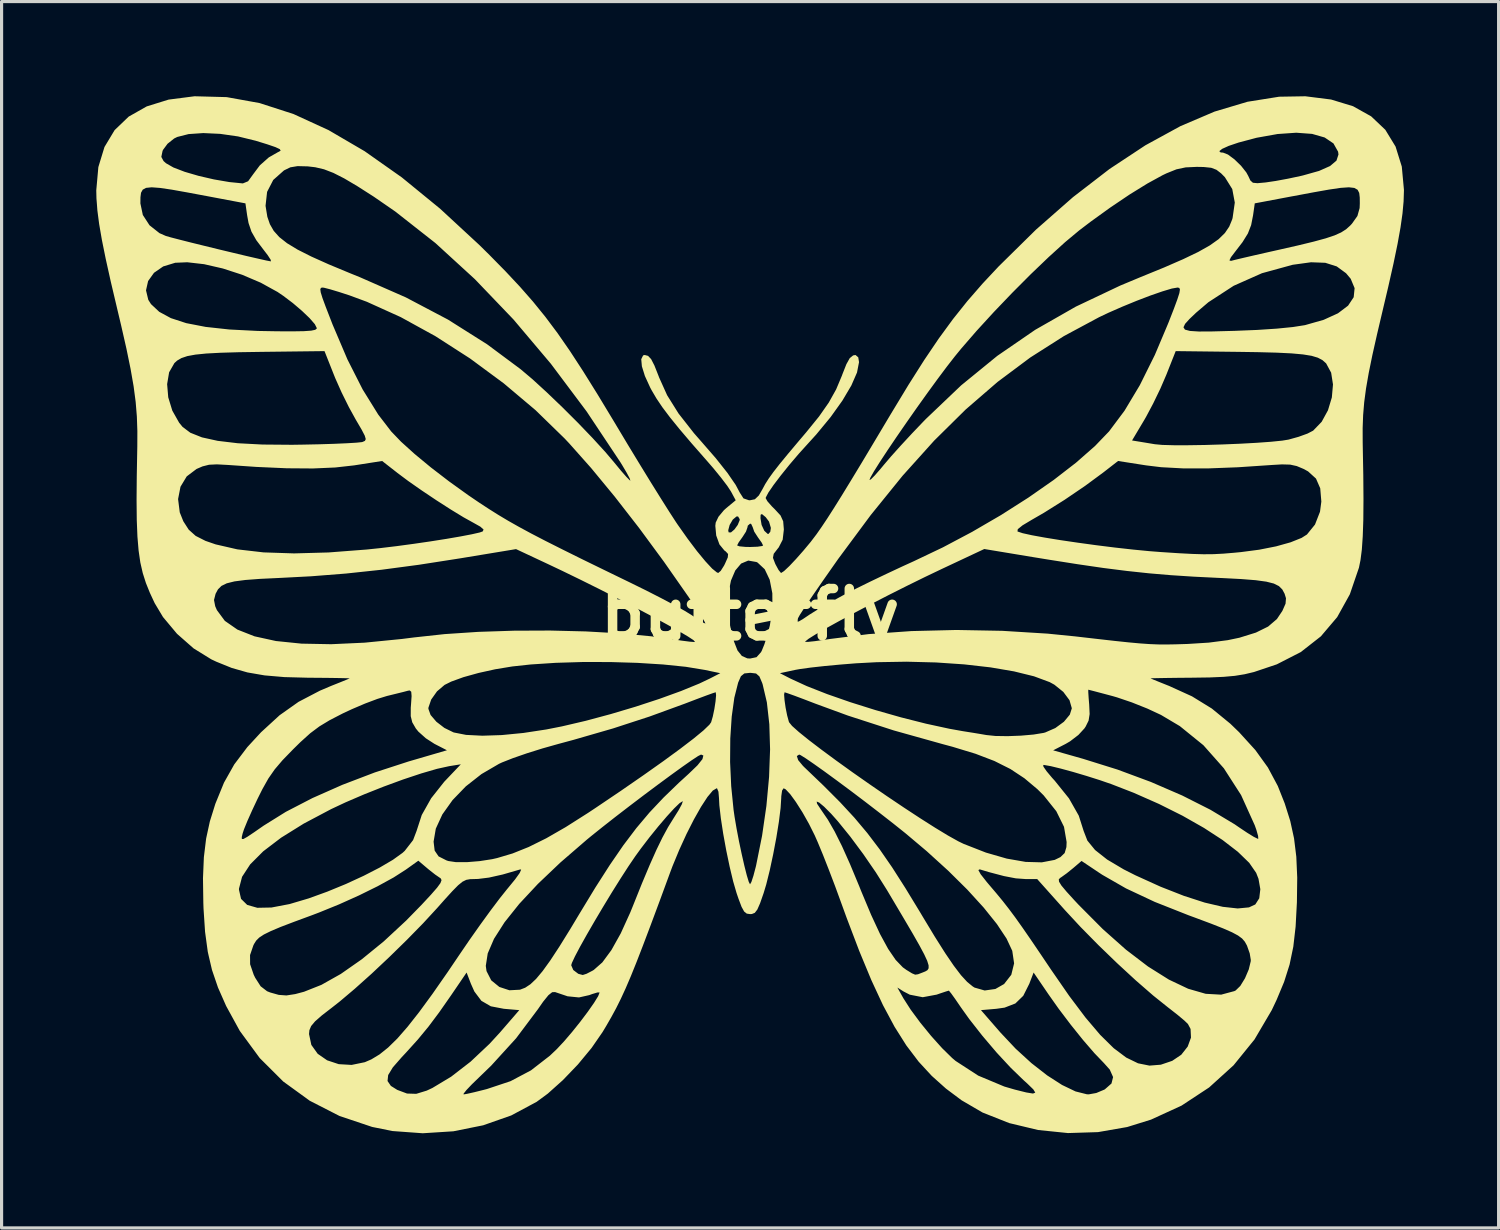
<source format=kicad_pcb>
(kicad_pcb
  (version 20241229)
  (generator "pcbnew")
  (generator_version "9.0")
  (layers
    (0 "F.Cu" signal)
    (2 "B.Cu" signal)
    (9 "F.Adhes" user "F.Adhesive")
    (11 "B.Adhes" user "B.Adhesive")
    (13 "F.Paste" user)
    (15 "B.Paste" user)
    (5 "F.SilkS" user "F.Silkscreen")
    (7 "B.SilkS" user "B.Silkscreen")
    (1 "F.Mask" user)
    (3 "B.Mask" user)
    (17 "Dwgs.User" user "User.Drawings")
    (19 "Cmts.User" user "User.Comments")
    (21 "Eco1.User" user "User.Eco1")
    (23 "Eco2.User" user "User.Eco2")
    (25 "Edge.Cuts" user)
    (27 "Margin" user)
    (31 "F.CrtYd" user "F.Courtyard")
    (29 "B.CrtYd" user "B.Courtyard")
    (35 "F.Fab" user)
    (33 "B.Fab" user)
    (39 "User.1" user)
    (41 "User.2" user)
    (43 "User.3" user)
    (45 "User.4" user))
  (footprint "butterfly"
    (layer "F.Cu")
    (at 20.715 16.417)
    (property "Reference" "butterfly" (at 0 0 0) (layer "F.SilkS") (effects (font (size 1.5 1.5) (thickness 0.3))))
    (attr board_only exclude_from_pos_files exclude_from_bom)
    (fp_poly (pts (xy 18.407 -16.314) (xy 19.102 -16.102) (xy 19.676 -15.781) (xy 20.125 -15.355) (xy 20.45 -14.823) (xy 20.647 -14.189) (xy 20.715 -13.453) (xy 20.715 -13.436) (xy 20.704 -13.088) (xy 20.669 -12.703) (xy 20.606 -12.259) (xy 20.512 -11.736) (xy 20.383 -11.113) (xy 20.215 -10.368) (xy 20.057 -9.7) (xy 19.867 -8.893) (xy 19.715 -8.218) (xy 19.599 -7.649) (xy 19.514 -7.16) (xy 19.456 -6.724) (xy 19.422 -6.316) (xy 19.407 -5.907) (xy 19.408 -5.473) (xy 19.41 -5.343) (xy 19.427 -4.419) (xy 19.433 -3.643) (xy 19.428 -3.001) (xy 19.41 -2.477) (xy 19.381 -2.054) (xy 19.338 -1.719) (xy 19.289 -1.48) (xy 19.001 -0.638) (xy 18.6 0.085) (xy 18.083 0.694) (xy 17.447 1.192) (xy 16.687 1.581) (xy 15.964 1.824) (xy 15.666 1.895) (xy 15.358 1.945) (xy 15.002 1.977) (xy 14.559 1.996) (xy 14.002 2.004) (xy 13.557 2.008) (xy 13.176 2.013) (xy 12.888 2.018) (xy 12.72 2.022) (xy 12.687 2.025) (xy 12.764 2.059) (xy 12.955 2.137) (xy 13.222 2.244) (xy 13.271 2.263) (xy 14.001 2.595) (xy 14.628 2.981) (xy 15.215 3.462) (xy 15.495 3.733) (xy 16.008 4.297) (xy 16.404 4.847) (xy 16.718 5.434) (xy 16.938 5.988) (xy 17.113 6.543) (xy 17.233 7.092) (xy 17.305 7.676) (xy 17.334 8.337) (xy 17.324 9.116) (xy 17.323 9.138) (xy 17.283 9.89) (xy 17.21 10.526) (xy 17.092 11.093) (xy 16.919 11.64) (xy 16.68 12.213) (xy 16.527 12.536) (xy 15.981 13.465) (xy 15.317 14.284) (xy 14.543 14.986) (xy 13.668 15.562) (xy 12.702 16.005) (xy 11.946 16.24) (xy 11.022 16.401) (xy 10.07 16.431) (xy 9.123 16.334) (xy 8.21 16.115) (xy 7.364 15.78) (xy 6.699 15.392) (xy 6.205 15.022) (xy 5.755 14.619) (xy 5.34 14.169) (xy 4.95 13.655) (xy 4.577 13.064) (xy 4.21 12.379) (xy 3.95 11.82) (xy 4.665 11.82) (xy 4.856 12.16) (xy 5.086 12.519) (xy 5.392 12.933) (xy 5.737 13.356) (xy 6.086 13.744) (xy 6.402 14.054) (xy 6.511 14.146) (xy 7.227 14.611) (xy 8.054 14.957) (xy 8.384 15.053) (xy 8.748 15.144) (xy 8.963 15.179) (xy 9.035 15.15) (xy 8.974 15.049) (xy 8.786 14.866) (xy 8.661 14.753) (xy 8.258 14.363) (xy 7.81 13.88) (xy 7.359 13.349) (xy 6.944 12.82) (xy 6.741 12.536) (xy 7.314 12.536) (xy 7.936 13.251) (xy 8.414 13.759) (xy 8.913 14.215) (xy 9.41 14.603) (xy 9.883 14.907) (xy 10.31 15.112) (xy 10.668 15.202) (xy 10.727 15.205) (xy 10.967 15.162) (xy 11.22 15.056) (xy 11.241 15.044) (xy 11.449 14.861) (xy 11.5 14.657) (xy 11.395 14.421) (xy 11.212 14.216) (xy 10.908 13.899) (xy 10.547 13.481) (xy 10.159 12.998) (xy 9.773 12.488) (xy 9.455 12.038) (xy 8.982 11.345) (xy 8.845 11.702) (xy 8.654 12.082) (xy 8.404 12.325) (xy 8.063 12.457) (xy 7.802 12.494) (xy 7.314 12.536) (xy 6.741 12.536) (xy 6.668 12.433) (xy 6.5 12.187) (xy 6.369 12.005) (xy 6.3 11.921) (xy 6.296 11.919) (xy 6.209 11.944) (xy 6.02 12.007) (xy 5.911 12.045) (xy 5.47 12.127) (xy 5.06 12.047) (xy 4.86 11.944) (xy 4.665 11.82) (xy 3.95 11.82) (xy 3.841 11.585) (xy 3.46 10.667) (xy 3.058 9.611) (xy 2.881 9.124) (xy 2.692 8.607) (xy 2.494 8.088) (xy 2.306 7.61) (xy 2.142 7.214) (xy 2.048 7.001) (xy 1.863 6.631) (xy 1.659 6.27) (xy 1.455 5.949) (xy 1.44 5.927) (xy 2.109 5.927) (xy 2.122 5.998) (xy 2.24 6.176) (xy 2.247 6.186) (xy 2.462 6.5) (xy 2.679 6.877) (xy 2.911 7.341) (xy 3.167 7.913) (xy 3.459 8.615) (xy 3.518 8.763) (xy 3.834 9.517) (xy 4.116 10.124) (xy 4.373 10.596) (xy 4.611 10.944) (xy 4.838 11.18) (xy 4.952 11.262) (xy 5.13 11.371) (xy 5.23 11.413) (xy 5.32 11.4) (xy 5.461 11.346) (xy 5.553 11.309) (xy 5.62 11.269) (xy 5.656 11.209) (xy 5.655 11.116) (xy 5.611 10.974) (xy 5.517 10.771) (xy 5.367 10.49) (xy 5.155 10.117) (xy 4.874 9.639) (xy 4.519 9.04) (xy 4.336 8.732) (xy 3.985 8.174) (xy 3.585 7.592) (xy 3.17 7.034) (xy 2.775 6.547) (xy 2.567 6.314) (xy 2.345 6.091) (xy 2.188 5.96) (xy 2.109 5.927) (xy 1.44 5.927) (xy 1.272 5.696) (xy 1.128 5.542) (xy 1.062 5.507) (xy 1.013 5.58) (xy 0.988 5.76) (xy 0.986 5.816) (xy 0.966 6.135) (xy 0.912 6.568) (xy 0.831 7.071) (xy 0.731 7.599) (xy 0.622 8.108) (xy 0.511 8.554) (xy 0.43 8.824) (xy 0.316 9.151) (xy 0.228 9.351) (xy 0.148 9.454) (xy 0.056 9.491) (xy 0 9.494) (xy -0.105 9.479) (xy -0.189 9.412) (xy -0.271 9.263) (xy -0.369 9.003) (xy -0.43 8.824) (xy -0.537 8.457) (xy -0.648 7.992) (xy -0.756 7.475) (xy -0.852 6.948) (xy -0.927 6.458) (xy -0.974 6.047) (xy -0.986 5.816) (xy -1.003 5.617) (xy -1.046 5.512) (xy -1.059 5.507) (xy -1.182 5.58) (xy -1.352 5.784) (xy -1.556 6.097) (xy -1.781 6.495) (xy -2.015 6.956) (xy -2.245 7.459) (xy -2.46 7.979) (xy -2.535 8.179) (xy -2.865 9.077) (xy -3.148 9.837) (xy -3.39 10.477) (xy -3.598 11.014) (xy -3.78 11.465) (xy -3.944 11.848) (xy -4.096 12.178) (xy -4.244 12.475) (xy -4.396 12.755) (xy -4.557 13.035) (xy -4.676 13.233) (xy -5.023 13.735) (xy -5.455 14.257) (xy -5.931 14.753) (xy -6.409 15.181) (xy -6.765 15.443) (xy -7.568 15.873) (xy -8.457 16.185) (xy -9.402 16.375) (xy -10.371 16.437) (xy -11.33 16.367) (xy -11.974 16.237) (xy -13.01 15.889) (xy -13.952 15.407) (xy -14.227 15.207) (xy -9.078 15.207) (xy -8.962 15.187) (xy -8.731 15.135) (xy -8.43 15.06) (xy -8.338 15.036) (xy -7.59 14.787) (xy -6.942 14.444) (xy -6.344 13.98) (xy -6.122 13.769) (xy -5.894 13.525) (xy -5.64 13.228) (xy -5.382 12.906) (xy -5.144 12.59) (xy -4.947 12.309) (xy -4.814 12.094) (xy -4.768 11.976) (xy -4.835 11.976) (xy -5.005 12.027) (xy -5.093 12.06) (xy -5.421 12.134) (xy -5.782 12.098) (xy -6.179 11.964) (xy -6.271 11.968) (xy -6.39 12.063) (xy -6.557 12.269) (xy -6.724 12.509) (xy -7.414 13.429) (xy -8.203 14.295) (xy -8.572 14.652) (xy -8.813 14.885) (xy -8.988 15.069) (xy -9.077 15.182) (xy -9.078 15.207) (xy -14.227 15.207) (xy -14.795 14.795) (xy -14.807 14.782) (xy -11.487 14.782) (xy -11.381 14.937) (xy -11.179 15.063) (xy -10.869 15.179) (xy -10.577 15.188) (xy -10.247 15.087) (xy -10.065 15.002) (xy -9.472 14.645) (xy -8.856 14.169) (xy -8.256 13.604) (xy -7.926 13.245) (xy -7.313 12.536) (xy -7.801 12.494) (xy -8.214 12.415) (xy -8.514 12.241) (xy -8.736 11.946) (xy -8.845 11.702) (xy -8.982 11.345) (xy -9.472 12.064) (xy -9.851 12.607) (xy -10.189 13.058) (xy -10.527 13.468) (xy -10.905 13.886) (xy -11.039 14.029) (xy -11.319 14.349) (xy -11.467 14.593) (xy -11.487 14.782) (xy -14.807 14.782) (xy -15.536 14.055) (xy -16.094 13.295) (xy -13.974 13.295) (xy -13.901 13.638) (xy -13.7 13.919) (xy -13.401 14.126) (xy -13.033 14.248) (xy -12.625 14.272) (xy -12.207 14.186) (xy -12.001 14.097) (xy -11.74 13.939) (xy -11.469 13.722) (xy -11.177 13.436) (xy -10.853 13.065) (xy -10.486 12.599) (xy -10.065 12.024) (xy -9.58 11.328) (xy -9.449 11.134) (xy -8.374 11.134) (xy -8.351 11.3) (xy -8.201 11.593) (xy -7.944 11.802) (xy -7.625 11.907) (xy -7.29 11.889) (xy -7.126 11.826) (xy -6.96 11.716) (xy -6.78 11.546) (xy -6.574 11.3) (xy -6.44 11.114) (xy -5.668 11.114) (xy -5.602 11.265) (xy -5.443 11.386) (xy -5.302 11.423) (xy -5.183 11.385) (xy -4.995 11.288) (xy -4.952 11.262) (xy -4.682 11.024) (xy -4.395 10.635) (xy -4.098 10.104) (xy -3.797 9.442) (xy -3.718 9.248) (xy -3.429 8.527) (xy -3.182 7.939) (xy -2.969 7.461) (xy -2.778 7.068) (xy -2.6 6.74) (xy -2.423 6.454) (xy -2.266 6.204) (xy -2.164 6.016) (xy -2.133 5.923) (xy -2.138 5.918) (xy -2.236 5.98) (xy -2.411 6.15) (xy -2.642 6.403) (xy -2.908 6.715) (xy -3.189 7.062) (xy -3.463 7.42) (xy -3.637 7.66) (xy -3.855 7.981) (xy -4.107 8.371) (xy -4.38 8.807) (xy -4.658 9.265) (xy -4.928 9.72) (xy -5.176 10.149) (xy -5.388 10.528) (xy -5.549 10.833) (xy -5.646 11.04) (xy -5.668 11.114) (xy -6.44 11.114) (xy -6.331 10.963) (xy -6.041 10.521) (xy -5.692 9.958) (xy -5.415 9.496) (xy -4.903 8.653) (xy -4.443 7.935) (xy -4.017 7.315) (xy -3.604 6.769) (xy -3.186 6.273) (xy -2.742 5.802) (xy -2.255 5.331) (xy -1.946 5.049) (xy -1.667 4.78) (xy -1.583 4.675) (xy -0.634 4.675) (xy -0.599 5.44) (xy -0.524 6.19) (xy -0.492 6.412) (xy -0.429 6.783) (xy -0.352 7.186) (xy -0.267 7.588) (xy -0.183 7.957) (xy -0.106 8.262) (xy -0.043 8.47) (xy -0.003 8.549) (xy -0.002 8.549) (xy 0.041 8.475) (xy 0.105 8.28) (xy 0.178 8.003) (xy 0.19 7.953) (xy 0.379 7.012) (xy 0.516 6.068) (xy 0.601 5.148) (xy 0.625 4.487) (xy 1.481 4.487) (xy 1.523 4.615) (xy 1.672 4.795) (xy 1.713 4.836) (xy 2.325 5.422) (xy 2.848 5.946) (xy 3.304 6.439) (xy 3.715 6.928) (xy 4.106 7.443) (xy 4.5 8.013) (xy 4.918 8.667) (xy 5.385 9.434) (xy 5.461 9.562) (xy 5.853 10.211) (xy 6.18 10.728) (xy 6.453 11.129) (xy 6.682 11.43) (xy 6.878 11.643) (xy 7.052 11.785) (xy 7.11 11.822) (xy 7.432 11.914) (xy 7.771 11.866) (xy 8.047 11.709) (xy 8.275 11.416) (xy 8.364 11.055) (xy 8.306 10.658) (xy 8.306 10.658) (xy 8.125 10.27) (xy 7.819 9.809) (xy 7.4 9.287) (xy 6.881 8.718) (xy 6.275 8.118) (xy 6.254 8.099) (xy 7.232 8.099) (xy 7.304 8.23) (xy 7.495 8.473) (xy 7.564 8.555) (xy 7.799 8.831) (xy 8.005 9.081) (xy 8.198 9.328) (xy 8.398 9.596) (xy 8.621 9.91) (xy 8.885 10.292) (xy 9.208 10.768) (xy 9.535 11.254) (xy 10.109 12.084) (xy 10.625 12.77) (xy 11.092 13.32) (xy 11.519 13.741) (xy 11.916 14.039) (xy 12.291 14.221) (xy 12.653 14.294) (xy 13.013 14.265) (xy 13.373 14.143) (xy 13.66 13.95) (xy 13.864 13.691) (xy 13.968 13.406) (xy 13.955 13.133) (xy 13.871 12.975) (xy 13.758 12.866) (xy 13.554 12.695) (xy 13.298 12.494) (xy 13.252 12.459) (xy 12.771 12.074) (xy 12.219 11.594) (xy 11.629 11.05) (xy 11.034 10.475) (xy 10.468 9.9) (xy 9.972 9.365) (xy 9.103 8.392) (xy 9.78 8.392) (xy 9.788 8.467) (xy 9.863 8.589) (xy 10.022 8.779) (xy 10.276 9.058) (xy 10.411 9.202) (xy 11.171 9.966) (xy 11.906 10.619) (xy 12.607 11.154) (xy 13.268 11.569) (xy 13.879 11.859) (xy 14.434 12.019) (xy 14.924 12.046) (xy 15.341 11.934) (xy 15.382 11.914) (xy 15.53 11.77) (xy 15.679 11.527) (xy 15.799 11.246) (xy 15.861 10.989) (xy 15.863 10.945) (xy 15.829 10.738) (xy 15.744 10.497) (xy 15.736 10.48) (xy 15.673 10.367) (xy 15.588 10.268) (xy 15.46 10.173) (xy 15.268 10.07) (xy 14.99 9.948) (xy 14.607 9.797) (xy 14.096 9.606) (xy 13.892 9.531) (xy 12.82 9.107) (xy 11.91 8.68) (xy 11.157 8.248) (xy 11.048 8.176) (xy 10.501 7.81) (xy 10.236 8.036) (xy 10.033 8.2) (xy 9.859 8.325) (xy 9.827 8.345) (xy 9.78 8.392) (xy 9.103 8.392) (xy 9.097 8.384) (xy 8.72 8.383) (xy 8.417 8.361) (xy 8.043 8.289) (xy 7.565 8.163) (xy 7.275 8.076) (xy 7.232 8.099) (xy 6.254 8.099) (xy 5.595 7.5) (xy 4.922 6.933) (xy 4.533 6.622) (xy 4.102 6.286) (xy 3.65 5.938) (xy 3.197 5.595) (xy 2.761 5.271) (xy 2.363 4.98) (xy 2.023 4.738) (xy 1.761 4.558) (xy 1.597 4.456) (xy 1.554 4.439) (xy 1.481 4.487) (xy 0.625 4.487) (xy 0.633 4.277) (xy 0.609 3.48) (xy 0.531 2.784) (xy 0.473 2.538) (xy 1.077 2.538) (xy 1.091 2.718) (xy 1.125 2.955) (xy 1.173 3.197) (xy 1.226 3.392) (xy 1.235 3.416) (xy 1.329 3.532) (xy 1.544 3.724) (xy 1.86 3.979) (xy 2.26 4.284) (xy 2.725 4.627) (xy 3.237 4.995) (xy 3.778 5.374) (xy 4.329 5.753) (xy 4.872 6.118) (xy 5.389 6.457) (xy 5.861 6.757) (xy 6.27 7.005) (xy 6.598 7.188) (xy 6.763 7.268) (xy 7.471 7.545) (xy 8.133 7.736) (xy 8.73 7.84) (xy 9.242 7.854) (xy 9.651 7.776) (xy 9.833 7.687) (xy 9.966 7.559) (xy 10.021 7.371) (xy 10.028 7.211) (xy 9.945 6.729) (xy 9.701 6.234) (xy 9.299 5.731) (xy 9.1 5.534) (xy 8.69 5.19) (xy 8.247 4.897) (xy 7.989 4.768) (xy 9.287 4.768) (xy 9.293 4.822) (xy 9.394 4.968) (xy 9.569 5.177) (xy 9.652 5.268) (xy 10.102 5.827) (xy 10.413 6.375) (xy 10.567 6.859) (xy 10.685 7.164) (xy 10.929 7.463) (xy 11.31 7.764) (xy 11.837 8.077) (xy 12.205 8.263) (xy 13.005 8.626) (xy 13.742 8.915) (xy 14.403 9.129) (xy 14.976 9.263) (xy 15.448 9.315) (xy 15.806 9.281) (xy 16.006 9.188) (xy 16.131 8.992) (xy 16.165 8.705) (xy 16.107 8.375) (xy 16.033 8.187) (xy 15.813 7.869) (xy 15.452 7.519) (xy 14.968 7.146) (xy 14.379 6.763) (xy 13.702 6.378) (xy 12.956 6.005) (xy 12.157 5.652) (xy 11.449 5.377) (xy 11.072 5.247) (xy 10.654 5.115) (xy 10.233 4.99) (xy 9.845 4.884) (xy 9.529 4.807) (xy 9.32 4.77) (xy 9.287 4.768) (xy 7.989 4.768) (xy 7.74 4.643) (xy 7.139 4.413) (xy 6.782 4.305) (xy 9.602 4.305) (xy 10.549 4.574) (xy 11.641 4.915) (xy 12.698 5.307) (xy 13.689 5.736) (xy 14.584 6.188) (xy 15.352 6.649) (xy 15.484 6.74) (xy 15.749 6.917) (xy 15.96 7.047) (xy 16.083 7.107) (xy 16.1 7.108) (xy 16.094 7.018) (xy 16.04 6.826) (xy 15.989 6.681) (xy 15.556 5.724) (xy 15.01 4.875) (xy 14.361 4.143) (xy 13.615 3.538) (xy 13.017 3.183) (xy 12.585 2.982) (xy 12.093 2.786) (xy 11.627 2.628) (xy 11.497 2.59) (xy 11.167 2.502) (xy 10.906 2.433) (xy 10.746 2.392) (xy 10.714 2.384) (xy 10.714 2.458) (xy 10.726 2.65) (xy 10.743 2.856) (xy 10.757 3.156) (xy 10.724 3.364) (xy 10.63 3.554) (xy 10.591 3.612) (xy 10.401 3.818) (xy 10.137 4.02) (xy 10 4.1) (xy 9.602 4.305) (xy 6.782 4.305) (xy 6.415 4.193) (xy 6.11 4.111) (xy 4.549 3.674) (xy 3.098 3.204) (xy 2.067 2.826) (xy 1.705 2.687) (xy 1.401 2.573) (xy 1.186 2.496) (xy 1.093 2.466) (xy 1.092 2.466) (xy 1.077 2.538) (xy 0.473 2.538) (xy 0.397 2.214) (xy 0.382 2.169) (xy 0.294 1.963) (xy 0.189 1.871) (xy 0.106 1.861) (xy 0.945 1.861) (xy 1.274 2.03) (xy 1.793 2.269) (xy 2.439 2.523) (xy 3.176 2.78) (xy 3.968 3.029) (xy 4.779 3.26) (xy 5.573 3.461) (xy 6.315 3.622) (xy 6.74 3.698) (xy 7.055 3.748) (xy 7.315 3.791) (xy 7.47 3.818) (xy 7.48 3.82) (xy 7.77 3.85) (xy 8.158 3.856) (xy 8.582 3.84) (xy 8.981 3.805) (xy 9.293 3.754) (xy 9.35 3.739) (xy 9.67 3.599) (xy 9.942 3.4) (xy 10.129 3.175) (xy 10.193 2.973) (xy 10.119 2.717) (xy 9.923 2.454) (xy 9.64 2.226) (xy 9.491 2.144) (xy 8.995 1.96) (xy 8.362 1.804) (xy 7.617 1.677) (xy 6.783 1.582) (xy 5.888 1.521) (xy 4.955 1.497) (xy 4.009 1.513) (xy 3.356 1.548) (xy 2.847 1.589) (xy 2.355 1.635) (xy 1.921 1.683) (xy 1.585 1.729) (xy 1.439 1.755) (xy 0.945 1.861) (xy 0.106 1.861) (xy 0.013 1.85) (xy 0 1.85) (xy -0.183 1.869) (xy -0.291 1.957) (xy -0.379 2.16) (xy -0.38 2.164) (xy -0.5 2.639) (xy -0.583 3.239) (xy -0.628 3.93) (xy -0.634 4.675) (xy -1.583 4.675) (xy -1.51 4.584) (xy -1.481 4.469) (xy -1.554 4.439) (xy -1.649 4.487) (xy -1.854 4.622) (xy -2.148 4.828) (xy -2.512 5.091) (xy -2.926 5.396) (xy -3.369 5.727) (xy -3.822 6.071) (xy -4.265 6.412) (xy -4.678 6.736) (xy -5.041 7.027) (xy -5.177 7.139) (xy -6.009 7.858) (xy -6.723 8.537) (xy -7.314 9.17) (xy -7.779 9.752) (xy -8.114 10.277) (xy -8.313 10.74) (xy -8.374 11.134) (xy -9.449 11.134) (xy -9.229 10.809) (xy -8.896 10.321) (xy -8.552 9.833) (xy -8.222 9.379) (xy -7.93 8.992) (xy -7.701 8.705) (xy -7.68 8.68) (xy -7.446 8.394) (xy -7.301 8.192) (xy -7.254 8.087) (xy -7.282 8.078) (xy -7.837 8.239) (xy -8.273 8.337) (xy -8.619 8.38) (xy -8.722 8.383) (xy -8.871 8.387) (xy -8.993 8.409) (xy -9.111 8.467) (xy -9.251 8.581) (xy -9.435 8.768) (xy -9.689 9.047) (xy -9.914 9.301) (xy -10.361 9.786) (xy -10.878 10.314) (xy -11.432 10.856) (xy -11.991 11.382) (xy -12.525 11.86) (xy -13.002 12.263) (xy -13.245 12.454) (xy -13.571 12.706) (xy -13.784 12.893) (xy -13.907 13.04) (xy -13.963 13.173) (xy -13.974 13.295) (xy -16.094 13.295) (xy -16.169 13.192) (xy -16.6 12.406) (xy -16.859 11.819) (xy -17.049 11.262) (xy -17.159 10.791) (xy -15.843 10.791) (xy -15.841 11.082) (xy -15.727 11.414) (xy -15.68 11.511) (xy -15.507 11.781) (xy -15.304 11.937) (xy -15.207 11.976) (xy -14.934 12.053) (xy -14.691 12.071) (xy -14.412 12.028) (xy -14.133 11.954) (xy -13.583 11.736) (xy -12.968 11.39) (xy -12.304 10.926) (xy -11.608 10.359) (xy -10.897 9.699) (xy -10.411 9.202) (xy -10.113 8.881) (xy -9.917 8.657) (xy -9.81 8.51) (xy -9.776 8.418) (xy -9.802 8.362) (xy -9.827 8.345) (xy -9.981 8.239) (xy -10.184 8.079) (xy -10.241 8.031) (xy -10.511 7.802) (xy -10.907 8.085) (xy -11.294 8.333) (xy -11.801 8.611) (xy -12.389 8.901) (xy -13.021 9.185) (xy -13.66 9.445) (xy -13.892 9.533) (xy -14.45 9.739) (xy -14.875 9.901) (xy -15.185 10.032) (xy -15.404 10.14) (xy -15.552 10.237) (xy -15.649 10.334) (xy -15.717 10.442) (xy -15.736 10.48) (xy -15.843 10.791) (xy -17.159 10.791) (xy -17.182 10.689) (xy -17.268 10.056) (xy -17.317 9.315) (xy -17.323 9.138) (xy -17.329 8.721) (xy -16.194 8.721) (xy -16.128 9.011) (xy -15.934 9.202) (xy -15.612 9.294) (xy -15.164 9.285) (xy -14.592 9.176) (xy -13.985 8.996) (xy -13.397 8.783) (xy -12.806 8.54) (xy -12.242 8.28) (xy -11.736 8.02) (xy -11.316 7.773) (xy -11.013 7.555) (xy -10.943 7.491) (xy -10.716 7.199) (xy -10.028 7.199) (xy -9.994 7.482) (xy -9.87 7.665) (xy -9.62 7.792) (xy -9.561 7.812) (xy -9.318 7.848) (xy -8.97 7.848) (xy -8.57 7.815) (xy -8.174 7.754) (xy -8.015 7.718) (xy -7.524 7.572) (xy -7.014 7.367) (xy -6.461 7.093) (xy -5.842 6.737) (xy -5.132 6.286) (xy -4.891 6.126) (xy -4.097 5.59) (xy -3.381 5.095) (xy -2.752 4.65) (xy -2.219 4.26) (xy -1.791 3.933) (xy -1.478 3.675) (xy -1.289 3.493) (xy -1.235 3.416) (xy -1.182 3.233) (xy -1.132 2.994) (xy -1.095 2.753) (xy -1.078 2.56) (xy -1.088 2.468) (xy -1.092 2.466) (xy -1.181 2.494) (xy -1.392 2.57) (xy -1.693 2.683) (xy -2.054 2.821) (xy -2.067 2.826) (xy -3.185 3.234) (xy -4.345 3.612) (xy -5.598 3.974) (xy -6.083 4.105) (xy -6.576 4.244) (xy -7.068 4.398) (xy -7.51 4.551) (xy -7.858 4.688) (xy -7.957 4.734) (xy -8.51 5.057) (xy -9.007 5.447) (xy -9.427 5.882) (xy -9.751 6.337) (xy -9.958 6.787) (xy -10.028 7.199) (xy -10.716 7.199) (xy -10.677 7.148) (xy -10.567 6.859) (xy -10.403 6.354) (xy -10.105 5.824) (xy -9.69 5.3) (xy -9.628 5.235) (xy -9.165 4.748) (xy -9.535 4.807) (xy -9.921 4.892) (xy -10.418 5.037) (xy -10.992 5.228) (xy -11.608 5.454) (xy -12.228 5.7) (xy -12.819 5.954) (xy -13.275 6.168) (xy -14.142 6.627) (xy -14.86 7.074) (xy -15.426 7.505) (xy -15.839 7.919) (xy -16.096 8.313) (xy -16.193 8.685) (xy -16.194 8.721) (xy -17.329 8.721) (xy -17.334 8.355) (xy -17.306 7.692) (xy -17.235 7.106) (xy -17.224 7.052) (xy -16.105 7.052) (xy -16.103 7.113) (xy -16.052 7.114) (xy -15.929 7.045) (xy -15.712 6.9) (xy -15.413 6.692) (xy -14.708 6.253) (xy -13.867 5.818) (xy -12.918 5.398) (xy -11.891 5.006) (xy -10.811 4.655) (xy -10.683 4.618) (xy -9.605 4.303) (xy -10.002 4.099) (xy -10.273 3.924) (xy -10.51 3.712) (xy -10.591 3.612) (xy -10.704 3.417) (xy -10.752 3.222) (xy -10.751 2.99) (xy -10.193 2.99) (xy -10.123 3.185) (xy -9.94 3.399) (xy -9.686 3.595) (xy -9.402 3.734) (xy -9.385 3.74) (xy -8.999 3.816) (xy -8.484 3.842) (xy -7.87 3.822) (xy -7.185 3.755) (xy -6.456 3.644) (xy -5.96 3.546) (xy -5.204 3.369) (xy -4.416 3.157) (xy -3.627 2.922) (xy -2.874 2.675) (xy -2.19 2.427) (xy -1.608 2.189) (xy -1.274 2.03) (xy -0.945 1.861) (xy -1.439 1.757) (xy -2.035 1.659) (xy -2.757 1.585) (xy -3.568 1.534) (xy -4.43 1.508) (xy -5.306 1.507) (xy -6.16 1.533) (xy -6.953 1.585) (xy -7.536 1.648) (xy -8.075 1.737) (xy -8.604 1.854) (xy -9.082 1.987) (xy -9.468 2.127) (xy -9.679 2.232) (xy -9.92 2.437) (xy -10.104 2.697) (xy -10.191 2.951) (xy -10.193 2.99) (xy -10.751 2.99) (xy -10.751 2.957) (xy -10.743 2.853) (xy -10.725 2.587) (xy -10.736 2.45) (xy -10.784 2.408) (xy -10.837 2.416) (xy -10.985 2.455) (xy -11.236 2.517) (xy -11.508 2.584) (xy -11.808 2.676) (xy -12.196 2.822) (xy -12.616 3.001) (xy -12.905 3.136) (xy -13.32 3.35) (xy -13.646 3.547) (xy -13.937 3.765) (xy -14.247 4.045) (xy -14.478 4.272) (xy -14.813 4.617) (xy -15.061 4.908) (xy -15.262 5.197) (xy -15.453 5.537) (xy -15.605 5.841) (xy -15.777 6.207) (xy -15.926 6.541) (xy -16.033 6.803) (xy -16.078 6.938) (xy -16.105 7.052) (xy -17.224 7.052) (xy -17.116 6.556) (xy -16.943 6.001) (xy -16.938 5.988) (xy -16.668 5.328) (xy -16.343 4.751) (xy -15.929 4.203) (xy -15.495 3.733) (xy -14.906 3.193) (xy -14.305 2.768) (xy -13.631 2.416) (xy -13.271 2.263) (xy -12.995 2.153) (xy -12.789 2.069) (xy -12.69 2.027) (xy -12.687 2.025) (xy -12.759 2.021) (xy -12.97 2.016) (xy -13.291 2.011) (xy -13.695 2.007) (xy -14.002 2.005) (xy -14.754 1.985) (xy -15.383 1.931) (xy -15.926 1.837) (xy -16.423 1.695) (xy -16.912 1.497) (xy -17.071 1.422) (xy -17.632 1.075) (xy -18.157 0.613) (xy -18.601 0.082) (xy -18.865 -0.359) (xy -18.911 -0.458) (xy -16.985 -0.458) (xy -16.947 -0.261) (xy -16.893 -0.137) (xy -16.642 0.203) (xy -16.243 0.48) (xy -15.702 0.693) (xy -15.023 0.842) (xy -14.212 0.925) (xy -13.273 0.943) (xy -12.211 0.894) (xy -11.032 0.777) (xy -10.645 0.728) (xy -9.68 0.623) (xy -8.614 0.552) (xy -7.486 0.515) (xy -6.336 0.51) (xy -5.201 0.538) (xy -4.122 0.599) (xy -3.136 0.692) (xy -2.497 0.78) (xy -2.173 0.829) (xy -1.917 0.862) (xy -1.768 0.873) (xy -1.746 0.869) (xy -1.795 0.813) (xy -1.975 0.695) (xy -2.266 0.523) (xy -2.652 0.307) (xy -3.114 0.056) (xy -3.635 -0.219) (xy -4.198 -0.51) (xy -4.783 -0.807) (xy -5.373 -1.1) (xy -5.951 -1.381) (xy -6.4 -1.594) (xy -7.416 -2.07) (xy -9.195 -1.776) (xy -10.492 -1.574) (xy -11.678 -1.416) (xy -12.802 -1.296) (xy -13.908 -1.209) (xy -14.919 -1.156) (xy -15.528 -1.127) (xy -15.993 -1.092) (xy -16.337 -1.047) (xy -16.582 -0.986) (xy -16.749 -0.904) (xy -16.859 -0.795) (xy -16.935 -0.654) (xy -16.985 -0.458) (xy -18.911 -0.458) (xy -19.017 -0.686) (xy -19.142 -0.996) (xy -19.242 -1.31) (xy -19.319 -1.646) (xy -19.374 -2.026) (xy -19.411 -2.469) (xy -19.432 -2.995) (xy -19.438 -3.624) (xy -19.438 -3.655) (xy -18.123 -3.655) (xy -18.07 -3.234) (xy -17.957 -2.952) (xy -17.786 -2.686) (xy -17.566 -2.489) (xy -17.255 -2.331) (xy -16.933 -2.22) (xy -16.246 -2.062) (xy -15.414 -1.966) (xy -14.448 -1.934) (xy -13.355 -1.964) (xy -12.145 -2.057) (xy -11.715 -2.102) (xy -11.2 -2.164) (xy -10.66 -2.237) (xy -10.124 -2.315) (xy -9.618 -2.395) (xy -9.172 -2.472) (xy -8.812 -2.541) (xy -8.566 -2.597) (xy -8.472 -2.63) (xy -8.444 -2.69) (xy -8.546 -2.781) (xy -8.76 -2.901) (xy -9.077 -3.077) (xy -9.484 -3.325) (xy -9.94 -3.618) (xy -10.403 -3.928) (xy -10.832 -4.228) (xy -11.185 -4.492) (xy -11.192 -4.498) (xy -11.658 -4.862) (xy -12.545 -4.723) (xy -13.142 -4.656) (xy -13.849 -4.625) (xy -14.678 -4.631) (xy -15.643 -4.674) (xy -16.54 -4.736) (xy -16.892 -4.755) (xy -17.141 -4.743) (xy -17.348 -4.691) (xy -17.538 -4.609) (xy -17.849 -4.374) (xy -18.047 -4.046) (xy -18.123 -3.655) (xy -19.438 -3.655) (xy -19.432 -4.376) (xy -19.416 -5.272) (xy -19.415 -5.317) (xy -19.413 -5.807) (xy -19.429 -6.271) (xy -19.467 -6.735) (xy -19.532 -7.229) (xy -19.544 -7.297) (xy -18.47 -7.297) (xy -18.435 -6.879) (xy -18.306 -6.458) (xy -18.089 -6.074) (xy -17.98 -5.941) (xy -17.735 -5.757) (xy -17.366 -5.61) (xy -16.867 -5.5) (xy -16.23 -5.424) (xy -15.448 -5.383) (xy -14.514 -5.375) (xy -14.18 -5.38) (xy -13.653 -5.391) (xy -13.175 -5.406) (xy -12.772 -5.424) (xy -12.471 -5.442) (xy -12.3 -5.46) (xy -12.28 -5.465) (xy -12.203 -5.499) (xy -12.177 -5.556) (xy -12.209 -5.665) (xy -12.308 -5.856) (xy -12.484 -6.156) (xy -12.495 -6.175) (xy -12.712 -6.569) (xy -12.942 -7.033) (xy -13.142 -7.482) (xy -13.184 -7.586) (xy -13.484 -8.343) (xy -15.476 -8.319) (xy -16.199 -8.308) (xy -16.777 -8.291) (xy -17.229 -8.267) (xy -17.574 -8.232) (xy -17.83 -8.185) (xy -18.017 -8.122) (xy -18.154 -8.042) (xy -18.24 -7.963) (xy -18.407 -7.672) (xy -18.47 -7.297) (xy -19.544 -7.297) (xy -19.628 -7.779) (xy -19.758 -8.414) (xy -19.928 -9.161) (xy -20.056 -9.7) (xy -20.19 -10.268) (xy -19.139 -10.268) (xy -19.067 -9.968) (xy -18.981 -9.832) (xy -18.72 -9.588) (xy -18.351 -9.388) (xy -17.864 -9.229) (xy -17.249 -9.11) (xy -16.498 -9.028) (xy -15.6 -8.982) (xy -14.981 -8.971) (xy -14.487 -8.969) (xy -14.136 -8.975) (xy -13.906 -8.991) (xy -13.778 -9.018) (xy -13.73 -9.058) (xy -13.728 -9.072) (xy -13.79 -9.196) (xy -13.957 -9.388) (xy -14.199 -9.619) (xy -14.486 -9.864) (xy -14.789 -10.093) (xy -14.973 -10.218) (xy -15.13 -10.304) (xy -13.617 -10.304) (xy -13.604 -10.205) (xy -13.549 -10.026) (xy -13.446 -9.747) (xy -13.29 -9.345) (xy -13.23 -9.19) (xy -12.757 -8.079) (xy -12.275 -7.128) (xy -11.782 -6.333) (xy -11.372 -5.799) (xy -11.059 -5.473) (xy -10.631 -5.086) (xy -10.116 -4.66) (xy -9.541 -4.218) (xy -8.933 -3.781) (xy -8.589 -3.547) (xy -8.282 -3.346) (xy -7.98 -3.156) (xy -7.667 -2.969) (xy -7.326 -2.776) (xy -6.938 -2.566) (xy -6.487 -2.332) (xy -5.955 -2.064) (xy -5.326 -1.752) (xy -4.58 -1.388) (xy -3.781 -1) (xy -3.29 -0.758) (xy -2.822 -0.519) (xy -2.407 -0.3) (xy -2.077 -0.117) (xy -1.863 0.014) (xy -1.85 0.023) (xy -1.63 0.171) (xy -1.472 0.266) (xy -1.415 0.289) (xy -1.449 0.217) (xy -1.559 0.037) (xy -1.713 -0.2) (xy -0.701 -0.2) (xy -0.643 0.31) (xy -0.625 0.402) (xy -0.516 0.842) (xy -0.4 1.14) (xy -0.261 1.315) (xy -0.089 1.391) (xy -0.000216 1.397) (xy 0.204 1.354) (xy 0.345 1.196) (xy 0.368 1.154) (xy 0.452 0.947) (xy 0.477 0.869) (xy 1.746 0.869) (xy 1.834 0.869) (xy 2.046 0.847) (xy 2.345 0.805) (xy 2.51 0.78) (xy 3.755 0.623) (xy 5.11 0.527) (xy 6.536 0.492) (xy 7.988 0.519) (xy 9.427 0.608) (xy 10.297 0.695) (xy 10.99 0.775) (xy 11.547 0.838) (xy 11.993 0.885) (xy 12.353 0.918) (xy 12.655 0.939) (xy 12.925 0.95) (xy 13.188 0.952) (xy 13.47 0.947) (xy 13.799 0.937) (xy 13.861 0.935) (xy 14.531 0.893) (xy 15.132 0.815) (xy 15.501 0.738) (xy 16.025 0.575) (xy 16.412 0.384) (xy 16.69 0.146) (xy 16.863 -0.112) (xy 16.964 -0.341) (xy 16.978 -0.513) (xy 16.934 -0.656) (xy 16.861 -0.792) (xy 16.754 -0.898) (xy 16.592 -0.979) (xy 16.354 -1.039) (xy 16.019 -1.085) (xy 15.566 -1.121) (xy 14.973 -1.152) (xy 14.843 -1.158) (xy 14.056 -1.197) (xy 13.333 -1.244) (xy 12.638 -1.303) (xy 11.937 -1.378) (xy 11.195 -1.472) (xy 10.379 -1.591) (xy 9.453 -1.737) (xy 8.95 -1.819) (xy 7.419 -2.073) (xy 6.073 -1.441) (xy 5.533 -1.183) (xy 4.968 -0.905) (xy 4.397 -0.618) (xy 3.837 -0.33) (xy 3.307 -0.051) (xy 2.825 0.208) (xy 2.411 0.437) (xy 2.081 0.628) (xy 1.854 0.77) (xy 1.749 0.854) (xy 1.746 0.869) (xy 0.477 0.869) (xy 0.548 0.647) (xy 0.625 0.353) (xy 0.644 0.231) (xy 1.483 0.231) (xy 1.542 0.222) (xy 1.666 0.151) (xy 1.848 0.029) (xy 1.875 0.01) (xy 2.146 -0.159) (xy 2.516 -0.372) (xy 2.935 -0.601) (xy 3.342 -0.811) (xy 3.813 -1.043) (xy 4.336 -1.293) (xy 4.838 -1.528) (xy 5.179 -1.683) (xy 6.109 -2.126) (xy 7.041 -2.62) (xy 7.059 -2.631) (xy 8.471 -2.631) (xy 8.478 -2.626) (xy 8.635 -2.574) (xy 8.93 -2.509) (xy 9.336 -2.435) (xy 9.828 -2.355) (xy 10.379 -2.274) (xy 10.962 -2.194) (xy 11.553 -2.12) (xy 12.125 -2.056) (xy 12.651 -2.005) (xy 13.012 -1.977) (xy 13.574 -1.94) (xy 14.014 -1.917) (xy 14.369 -1.907) (xy 14.682 -1.91) (xy 14.993 -1.926) (xy 15.34 -1.955) (xy 15.548 -1.975) (xy 16.128 -2.051) (xy 16.664 -2.157) (xy 17.122 -2.285) (xy 17.472 -2.425) (xy 17.642 -2.533) (xy 17.897 -2.848) (xy 18.056 -3.255) (xy 18.098 -3.576) (xy 18.063 -3.996) (xy 17.929 -4.304) (xy 17.678 -4.532) (xy 17.538 -4.609) (xy 17.319 -4.701) (xy 17.11 -4.747) (xy 16.85 -4.754) (xy 16.54 -4.736) (xy 15.454 -4.663) (xy 14.515 -4.627) (xy 13.71 -4.628) (xy 13.024 -4.665) (xy 12.545 -4.723) (xy 11.658 -4.862) (xy 11.192 -4.5) (xy 10.613 -4.073) (xy 9.961 -3.63) (xy 9.308 -3.22) (xy 8.93 -3.002) (xy 8.631 -2.823) (xy 8.48 -2.701) (xy 8.471 -2.631) (xy 7.059 -2.631) (xy 7.951 -3.15) (xy 8.817 -3.702) (xy 9.617 -4.26) (xy 10.328 -4.81) (xy 10.927 -5.336) (xy 11.096 -5.512) (xy 12.101 -5.512) (xy 12.359 -5.47) (xy 12.618 -5.427) (xy 12.823 -5.393) (xy 13.057 -5.371) (xy 13.421 -5.361) (xy 13.883 -5.361) (xy 14.41 -5.369) (xy 14.968 -5.386) (xy 15.525 -5.409) (xy 16.048 -5.438) (xy 16.504 -5.471) (xy 16.859 -5.507) (xy 17.057 -5.539) (xy 17.377 -5.628) (xy 17.659 -5.73) (xy 17.838 -5.823) (xy 18.108 -6.103) (xy 18.308 -6.468) (xy 18.431 -6.876) (xy 18.467 -7.287) (xy 18.409 -7.659) (xy 18.251 -7.952) (xy 18.24 -7.963) (xy 18.131 -8.059) (xy 17.986 -8.135) (xy 17.788 -8.194) (xy 17.517 -8.238) (xy 17.154 -8.271) (xy 16.681 -8.294) (xy 16.078 -8.31) (xy 15.476 -8.319) (xy 13.484 -8.343) (xy 13.184 -7.586) (xy 12.998 -7.155) (xy 12.771 -6.685) (xy 12.546 -6.262) (xy 12.493 -6.17) (xy 12.101 -5.512) (xy 11.096 -5.512) (xy 11.372 -5.799) (xy 11.862 -6.454) (xy 12.348 -7.265) (xy 12.823 -8.222) (xy 13.193 -9.097) (xy 13.73 -9.097) (xy 13.777 -9.024) (xy 13.935 -8.982) (xy 14.216 -8.964) (xy 14.634 -8.966) (xy 15.2 -8.981) (xy 15.351 -8.985) (xy 16.064 -9.014) (xy 16.687 -9.055) (xy 17.197 -9.106) (xy 17.568 -9.164) (xy 17.587 -9.168) (xy 18.171 -9.334) (xy 18.625 -9.541) (xy 18.945 -9.783) (xy 19.123 -10.051) (xy 19.152 -10.338) (xy 19.028 -10.635) (xy 18.881 -10.81) (xy 18.586 -11.026) (xy 18.224 -11.141) (xy 17.771 -11.158) (xy 17.204 -11.08) (xy 17.19 -11.078) (xy 16.217 -10.811) (xy 15.321 -10.413) (xy 14.52 -9.892) (xy 14.131 -9.561) (xy 13.92 -9.36) (xy 13.782 -9.207) (xy 13.73 -9.097) (xy 13.193 -9.097) (xy 13.256 -9.248) (xy 13.425 -9.681) (xy 13.537 -9.985) (xy 13.6 -10.181) (xy 13.618 -10.294) (xy 13.598 -10.345) (xy 13.545 -10.357) (xy 13.543 -10.357) (xy 13.36 -10.325) (xy 13.061 -10.235) (xy 12.678 -10.102) (xy 12.244 -9.936) (xy 11.791 -9.75) (xy 11.353 -9.558) (xy 11.056 -9.417) (xy 9.944 -8.82) (xy 8.876 -8.14) (xy 7.842 -7.368) (xy 6.831 -6.494) (xy 5.831 -5.506) (xy 4.831 -4.394) (xy 3.821 -3.147) (xy 2.789 -1.756) (xy 2.319 -1.086) (xy 1.984 -0.601) (xy 1.738 -0.239) (xy 1.576 0.013) (xy 1.492 0.165) (xy 1.483 0.231) (xy 0.644 0.231) (xy 0.707 -0.179) (xy 0.704 -0.672) (xy 0.621 -1.099) (xy 0.463 -1.432) (xy 0.237 -1.643) (xy 0.202 -1.661) (xy -0.058 -1.707) (xy -0.285 -1.612) (xy -0.47 -1.393) (xy -0.607 -1.072) (xy -0.687 -0.667) (xy -0.701 -0.2) (xy -1.713 -0.2) (xy -1.729 -0.225) (xy -1.94 -0.54) (xy -1.943 -0.545) (xy -2.727 -1.666) (xy -3.516 -2.738) (xy -4.292 -3.736) (xy -5.037 -4.639) (xy -5.732 -5.421) (xy -5.881 -5.579) (xy -6.799 -6.473) (xy -7.806 -7.322) (xy -8.872 -8.109) (xy -9.969 -8.815) (xy -11.069 -9.42) (xy -12.143 -9.906) (xy -12.695 -10.11) (xy -13.028 -10.218) (xy -13.308 -10.302) (xy -13.496 -10.35) (xy -13.543 -10.357) (xy -13.595 -10.348) (xy -13.617 -10.304) (xy -15.13 -10.304) (xy -15.503 -10.51) (xy -16.094 -10.762) (xy -16.706 -10.961) (xy -17.299 -11.097) (xy -17.833 -11.158) (xy -18.213 -11.142) (xy -18.594 -11.026) (xy -18.886 -10.824) (xy -19.073 -10.562) (xy -19.139 -10.268) (xy -20.19 -10.268) (xy -20.257 -10.552) (xy -20.416 -11.268) (xy -20.537 -11.867) (xy -20.624 -12.371) (xy -20.68 -12.801) (xy -20.697 -13.032) (xy -19.317 -13.032) (xy -19.317 -13.022) (xy -19.24 -12.656) (xy -19.028 -12.33) (xy -18.712 -12.08) (xy -18.512 -11.992) (xy -18.36 -11.948) (xy -18.086 -11.877) (xy -17.72 -11.784) (xy -17.293 -11.679) (xy -16.836 -11.567) (xy -16.38 -11.458) (xy -15.957 -11.357) (xy -15.596 -11.274) (xy -15.33 -11.214) (xy -15.188 -11.187) (xy -15.181 -11.186) (xy -15.19 -11.239) (xy -15.284 -11.383) (xy -15.396 -11.529) (xy -15.643 -11.855) (xy -15.798 -12.127) (xy -15.891 -12.402) (xy -15.935 -12.646) (xy -15.978 -12.946) (xy -15.352 -12.946) (xy -15.295 -12.598) (xy -15.214 -12.364) (xy -15.093 -12.153) (xy -14.917 -11.956) (xy -14.67 -11.761) (xy -14.337 -11.559) (xy -13.901 -11.339) (xy -13.346 -11.09) (xy -12.658 -10.804) (xy -12.371 -10.688) (xy -10.907 -10.045) (xy -9.571 -9.341) (xy -8.331 -8.558) (xy -7.275 -7.773) (xy -6.894 -7.451) (xy -6.442 -7.037) (xy -5.951 -6.567) (xy -5.456 -6.073) (xy -4.99 -5.588) (xy -4.586 -5.146) (xy -4.308 -4.818) (xy -4.096 -4.56) (xy -3.924 -4.363) (xy -3.816 -4.253) (xy -3.792 -4.24) (xy -3.818 -4.317) (xy -3.915 -4.497) (xy -4.062 -4.746) (xy -4.111 -4.825) (xy -5.181 -6.433) (xy -6.313 -7.943) (xy -7.496 -9.344) (xy -8.72 -10.622) (xy -9.971 -11.767) (xy -11.241 -12.765) (xy -11.919 -13.233) (xy -12.441 -13.567) (xy -12.86 -13.815) (xy -13.203 -13.989) (xy -13.499 -14.103) (xy -13.776 -14.168) (xy -14.014 -14.196) (xy -14.337 -14.204) (xy -14.566 -14.166) (xy -14.766 -14.069) (xy -14.771 -14.065) (xy -15.108 -13.766) (xy -15.303 -13.388) (xy -15.352 -12.946) (xy -15.978 -12.946) (xy -15.989 -13.024) (xy -17.181 -13.249) (xy -17.823 -13.369) (xy -18.321 -13.458) (xy -18.695 -13.513) (xy -18.961 -13.533) (xy -19.137 -13.515) (xy -19.243 -13.458) (xy -19.297 -13.36) (xy -19.315 -13.219) (xy -19.317 -13.032) (xy -20.697 -13.032) (xy -20.709 -13.176) (xy -20.715 -13.436) (xy -20.649 -14.174) (xy -20.551 -14.496) (xy -18.654 -14.496) (xy -18.583 -14.364) (xy -18.504 -14.294) (xy -18.271 -14.161) (xy -17.914 -14.024) (xy -17.473 -13.895) (xy -16.988 -13.783) (xy -16.499 -13.699) (xy -16.07 -13.656) (xy -15.905 -13.724) (xy -15.741 -13.951) (xy -15.534 -14.227) (xy -15.248 -14.481) (xy -14.952 -14.65) (xy -14.936 -14.656) (xy -14.873 -14.694) (xy -14.901 -14.742) (xy -15.038 -14.806) (xy -15.301 -14.896) (xy -15.661 -15.007) (xy -16.224 -15.145) (xy -16.79 -15.226) (xy -17.324 -15.251) (xy -17.789 -15.219) (xy -18.149 -15.128) (xy -18.248 -15.079) (xy -18.457 -14.912) (xy -18.602 -14.716) (xy -18.616 -14.68) (xy -18.654 -14.496) (xy -20.551 -14.496) (xy -20.455 -14.81) (xy -20.134 -15.344) (xy -19.687 -15.773) (xy -19.116 -16.096) (xy -18.424 -16.311) (xy -17.611 -16.416) (xy -17.591 -16.417) (xy -16.583 -16.39) (xy -15.542 -16.202) (xy -14.466 -15.854) (xy -13.356 -15.345) (xy -12.212 -14.676) (xy -11.034 -13.846) (xy -9.822 -12.855) (xy -8.577 -11.704) (xy -8.258 -11.389) (xy -7.747 -10.869) (xy -7.293 -10.384) (xy -6.878 -9.911) (xy -6.487 -9.429) (xy -6.102 -8.915) (xy -5.709 -8.348) (xy -5.29 -7.705) (xy -4.828 -6.964) (xy -4.308 -6.104) (xy -4.222 -5.96) (xy -3.86 -5.356) (xy -3.496 -4.757) (xy -3.147 -4.188) (xy -2.828 -3.676) (xy -2.556 -3.245) (xy -2.345 -2.92) (xy -2.288 -2.836) (xy -1.977 -2.396) (xy -1.682 -2.005) (xy -1.417 -1.684) (xy -1.202 -1.452) (xy -1.051 -1.33) (xy -1.008 -1.315) (xy -0.93 -1.382) (xy -0.824 -1.55) (xy -0.793 -1.613) (xy -0.707 -1.808) (xy -0.698 -1.915) (xy -0.77 -1.994) (xy -0.815 -2.027) (xy -0.945 -2.186) (xy -0.411 -2.186) (xy -0.337 -2.158) (xy -0.148 -2.14) (xy 0 -2.137) (xy 0.235 -2.146) (xy 0.383 -2.168) (xy 0.411 -2.186) (xy 0.365 -2.278) (xy 0.254 -2.434) (xy 0.247 -2.444) (xy 0.131 -2.623) (xy 0.082 -2.764) (xy 0.082 -2.765) (xy 0.034 -2.867) (xy 0 -2.877) (xy -0.075 -2.811) (xy -0.082 -2.765) (xy -0.13 -2.625) (xy -0.245 -2.446) (xy -0.247 -2.444) (xy -0.36 -2.286) (xy -0.411 -2.188) (xy -0.411 -2.186) (xy -0.945 -2.186) (xy -0.971 -2.218) (xy -1.074 -2.502) (xy -1.089 -2.667) (xy -0.693 -2.667) (xy -0.681 -2.601) (xy -0.607 -2.598) (xy -0.497 -2.692) (xy -0.392 -2.836) (xy -0.332 -2.983) (xy -0.329 -3.016) (xy -0.348 -3.049) (xy 0.329 -3.049) (xy 0.364 -2.836) (xy 0.451 -2.649) (xy 0.557 -2.552) (xy 0.578 -2.548) (xy 0.639 -2.618) (xy 0.658 -2.741) (xy 0.599 -2.942) (xy 0.493 -3.083) (xy 0.374 -3.181) (xy 0.333 -3.157) (xy 0.329 -3.049) (xy -0.348 -3.049) (xy -0.382 -3.105) (xy -0.432 -3.103) (xy -0.549 -3.005) (xy -0.648 -2.835) (xy -0.693 -2.667) (xy -1.089 -2.667) (xy -1.102 -2.807) (xy -1.09 -2.91) (xy -1.002 -3.095) (xy -0.83 -3.302) (xy -0.752 -3.372) (xy -0.456 -3.617) (xy -0.607 -3.897) (xy -0.724 -4.075) (xy -0.922 -4.335) (xy -1.169 -4.638) (xy -1.364 -4.863) (xy -1.848 -5.415) (xy -2.234 -5.869) (xy -2.539 -6.245) (xy -2.778 -6.562) (xy -2.966 -6.841) (xy -3.12 -7.103) (xy -3.165 -7.187) (xy -3.333 -7.554) (xy -3.429 -7.862) (xy -3.449 -8.087) (xy -3.39 -8.207) (xy -3.339 -8.22) (xy -3.233 -8.192) (xy -3.136 -8.09) (xy -3.031 -7.886) (xy -2.9 -7.555) (xy -2.883 -7.509) (xy -2.629 -6.945) (xy -2.267 -6.366) (xy -1.781 -5.746) (xy -1.562 -5.496) (xy -1.088 -4.951) (xy -0.717 -4.483) (xy -0.456 -4.103) (xy -0.327 -3.86) (xy -0.21 -3.677) (xy -0.037 -3.618) (xy -0.006 -3.617) (xy 0.151 -3.649) (xy 0.277 -3.77) (xy 0.39 -3.966) (xy 0.479 -4.131) (xy 0.59 -4.306) (xy 0.737 -4.511) (xy 0.937 -4.767) (xy 1.206 -5.094) (xy 1.559 -5.514) (xy 1.775 -5.768) (xy 2.184 -6.272) (xy 2.492 -6.712) (xy 2.726 -7.131) (xy 2.911 -7.571) (xy 2.922 -7.604) (xy 3.05 -7.928) (xy 3.157 -8.12) (xy 3.264 -8.207) (xy 3.339 -8.22) (xy 3.426 -8.147) (xy 3.451 -7.994) (xy 3.387 -7.665) (xy 3.207 -7.253) (xy 2.924 -6.775) (xy 2.551 -6.253) (xy 2.098 -5.704) (xy 1.853 -5.434) (xy 1.547 -5.096) (xy 1.247 -4.744) (xy 0.973 -4.404) (xy 0.743 -4.101) (xy 0.578 -3.86) (xy 0.498 -3.708) (xy 0.493 -3.684) (xy 0.548 -3.586) (xy 0.689 -3.425) (xy 0.781 -3.334) (xy 0.964 -3.136) (xy 1.048 -2.951) (xy 1.069 -2.696) (xy 1.069 -2.687) (xy 1.032 -2.368) (xy 0.907 -2.125) (xy 0.873 -2.083) (xy 0.748 -1.921) (xy 0.724 -1.794) (xy 0.791 -1.618) (xy 0.806 -1.585) (xy 0.902 -1.408) (xy 0.975 -1.318) (xy 0.984 -1.315) (xy 1.076 -1.375) (xy 1.243 -1.532) (xy 1.457 -1.759) (xy 1.69 -2.023) (xy 1.917 -2.295) (xy 2.108 -2.546) (xy 2.109 -2.548) (xy 2.267 -2.774) (xy 2.445 -3.041) (xy 2.652 -3.364) (xy 2.897 -3.756) (xy 3.188 -4.232) (xy 3.204 -4.258) (xy 3.781 -4.258) (xy 3.828 -4.281) (xy 3.955 -4.409) (xy 4.137 -4.618) (xy 4.238 -4.74) (xy 4.468 -5.01) (xy 4.778 -5.355) (xy 5.131 -5.736) (xy 5.491 -6.113) (xy 5.574 -6.198) (xy 6.688 -7.259) (xy 7.831 -8.192) (xy 9.032 -9.017) (xy 10.321 -9.753) (xy 11.726 -10.419) (xy 12.371 -10.688) (xy 13.115 -10.992) (xy 13.631 -11.217) (xy 15.186 -11.217) (xy 15.236 -11.202) (xy 15.255 -11.207) (xy 15.386 -11.24) (xy 15.647 -11.302) (xy 16.006 -11.385) (xy 16.433 -11.482) (xy 16.728 -11.548) (xy 17.362 -11.692) (xy 17.856 -11.812) (xy 18.234 -11.915) (xy 18.516 -12.009) (xy 18.725 -12.103) (xy 18.882 -12.203) (xy 19.01 -12.318) (xy 19.067 -12.379) (xy 19.241 -12.624) (xy 19.311 -12.875) (xy 19.317 -13.022) (xy 19.315 -13.21) (xy 19.298 -13.354) (xy 19.247 -13.454) (xy 19.144 -13.513) (xy 18.971 -13.533) (xy 18.71 -13.515) (xy 18.343 -13.461) (xy 17.851 -13.374) (xy 17.217 -13.255) (xy 17.181 -13.249) (xy 15.989 -13.024) (xy 15.935 -12.646) (xy 15.874 -12.335) (xy 15.771 -12.07) (xy 15.6 -11.794) (xy 15.388 -11.519) (xy 15.234 -11.317) (xy 15.186 -11.217) (xy 13.631 -11.217) (xy 13.719 -11.255) (xy 14.198 -11.485) (xy 14.568 -11.694) (xy 14.844 -11.89) (xy 15.043 -12.085) (xy 15.18 -12.288) (xy 15.271 -12.509) (xy 15.286 -12.559) (xy 15.356 -13.049) (xy 15.276 -13.477) (xy 15.042 -13.853) (xy 14.923 -13.974) (xy 14.775 -14.088) (xy 14.61 -14.151) (xy 14.371 -14.176) (xy 14.151 -14.18) (xy 13.799 -14.164) (xy 13.507 -14.102) (xy 13.191 -13.975) (xy 13.068 -13.916) (xy 12.588 -13.653) (xy 12.023 -13.304) (xy 11.41 -12.891) (xy 10.785 -12.44) (xy 10.425 -12.166) (xy 9.98 -11.795) (xy 9.46 -11.323) (xy 8.892 -10.779) (xy 8.304 -10.189) (xy 7.723 -9.582) (xy 7.177 -8.986) (xy 6.693 -8.428) (xy 6.489 -8.179) (xy 6.235 -7.853) (xy 5.941 -7.46) (xy 5.62 -7.02) (xy 5.286 -6.553) (xy 4.954 -6.079) (xy 4.637 -5.62) (xy 4.35 -5.195) (xy 4.107 -4.825) (xy 3.922 -4.531) (xy 3.81 -4.333) (xy 3.781 -4.258) (xy 3.204 -4.258) (xy 3.536 -4.806) (xy 3.947 -5.493) (xy 4.432 -6.306) (xy 4.471 -6.371) (xy 5.019 -7.276) (xy 5.515 -8.058) (xy 5.979 -8.744) (xy 6.429 -9.359) (xy 6.885 -9.93) (xy 7.365 -10.482) (xy 7.876 -11.028) (xy 9.058 -12.192) (xy 10.231 -13.222) (xy 11.387 -14.113) (xy 12.243 -14.678) (xy 14.865 -14.678) (xy 14.908 -14.637) (xy 14.983 -14.632) (xy 15.139 -14.571) (xy 15.344 -14.419) (xy 15.554 -14.215) (xy 15.721 -14.004) (xy 15.783 -13.891) (xy 15.85 -13.748) (xy 15.93 -13.677) (xy 16.073 -13.663) (xy 16.326 -13.686) (xy 16.349 -13.689) (xy 16.653 -13.734) (xy 17.042 -13.806) (xy 17.442 -13.891) (xy 17.521 -13.91) (xy 18.026 -14.052) (xy 18.375 -14.207) (xy 18.577 -14.378) (xy 18.641 -14.573) (xy 18.629 -14.661) (xy 18.482 -14.923) (xy 18.203 -15.111) (xy 17.805 -15.225) (xy 17.303 -15.262) (xy 16.712 -15.221) (xy 16.046 -15.102) (xy 15.474 -14.95) (xy 15.164 -14.845) (xy 14.956 -14.751) (xy 14.865 -14.678) (xy 12.243 -14.678) (xy 12.523 -14.863) (xy 13.633 -15.47) (xy 14.713 -15.931) (xy 15.758 -16.243) (xy 16.762 -16.403) (xy 17.591 -16.417)) (stroke (width 0) (type solid)) (fill yes) (layer "F.SilkS")))
  (gr_rect
    (start -3 -3)
    (end 44.429 35.854)
    (stroke (width 0.1) (type default))
    (fill no)
    (layer "Edge.Cuts")))
</source>
